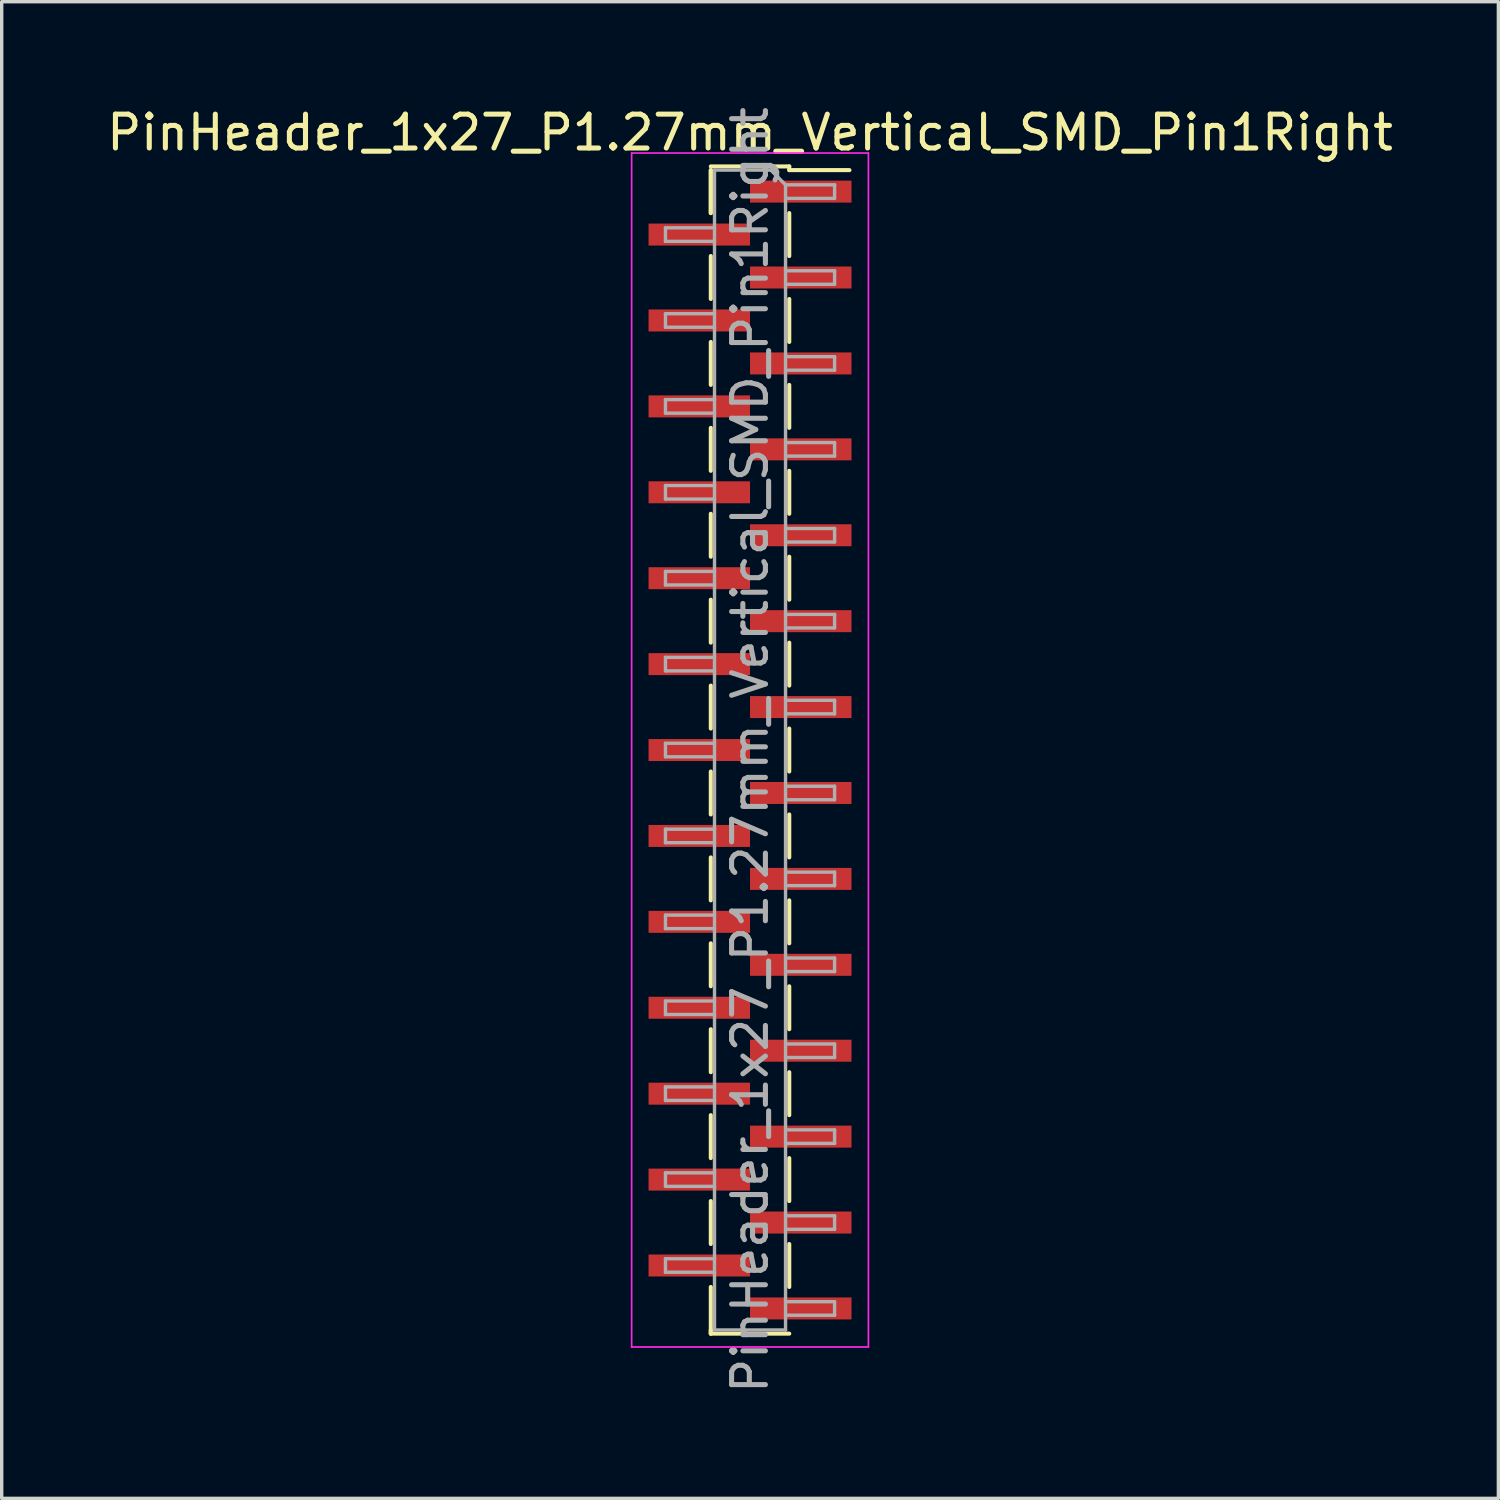
<source format=kicad_pcb>
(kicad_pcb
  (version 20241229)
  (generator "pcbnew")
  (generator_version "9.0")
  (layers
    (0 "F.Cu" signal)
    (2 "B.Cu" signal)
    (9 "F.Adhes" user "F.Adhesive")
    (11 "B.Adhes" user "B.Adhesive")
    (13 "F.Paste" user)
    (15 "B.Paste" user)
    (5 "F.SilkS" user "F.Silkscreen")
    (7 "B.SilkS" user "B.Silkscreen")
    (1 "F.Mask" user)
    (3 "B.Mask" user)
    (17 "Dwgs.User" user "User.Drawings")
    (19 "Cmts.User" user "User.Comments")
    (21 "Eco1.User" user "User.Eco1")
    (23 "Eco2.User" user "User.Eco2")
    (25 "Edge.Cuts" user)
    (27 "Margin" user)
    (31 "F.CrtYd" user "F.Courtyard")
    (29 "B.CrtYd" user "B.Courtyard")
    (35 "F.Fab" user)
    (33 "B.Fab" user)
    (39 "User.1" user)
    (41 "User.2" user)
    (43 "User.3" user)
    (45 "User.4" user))
  (footprint "PinHeader_1x27_P1.27mm_Vertical_SMD_Pin1Right"
    (layer "F.Cu")
    (at 19.125 19.125)
    (property "Reference" "PinHeader_1x27_P1.27mm_Vertical_SMD_Pin1Right" (at 0 -18.255 0) (layer "F.SilkS") (effects (font (size 1 1) (thickness 0.15))))
    (attr smd)
    (fp_line (start -1.16 -17.255) (end 1.16 -17.255) (stroke (width 0.12) (type solid)) (layer "F.SilkS"))
    (fp_line (start -1.16 -17.145) (end -1.16 -15.875) (stroke (width 0.12) (type solid)) (layer "F.SilkS"))
    (fp_line (start -1.16 -17.145) (end -1.16 -15.875) (stroke (width 0.12) (type solid)) (layer "F.SilkS"))
    (fp_line (start -1.16 -14.605) (end -1.16 -13.335) (stroke (width 0.12) (type solid)) (layer "F.SilkS"))
    (fp_line (start -1.16 -12.065) (end -1.16 -10.795) (stroke (width 0.12) (type solid)) (layer "F.SilkS"))
    (fp_line (start -1.16 -9.525) (end -1.16 -8.255) (stroke (width 0.12) (type solid)) (layer "F.SilkS"))
    (fp_line (start -1.16 -6.985) (end -1.16 -5.715) (stroke (width 0.12) (type solid)) (layer "F.SilkS"))
    (fp_line (start -1.16 -4.445) (end -1.16 -3.175) (stroke (width 0.12) (type solid)) (layer "F.SilkS"))
    (fp_line (start -1.16 -1.905) (end -1.16 -0.635) (stroke (width 0.12) (type solid)) (layer "F.SilkS"))
    (fp_line (start -1.16 0.635) (end -1.16 1.905) (stroke (width 0.12) (type solid)) (layer "F.SilkS"))
    (fp_line (start -1.16 3.175) (end -1.16 4.445) (stroke (width 0.12) (type solid)) (layer "F.SilkS"))
    (fp_line (start -1.16 5.715) (end -1.16 6.985) (stroke (width 0.12) (type solid)) (layer "F.SilkS"))
    (fp_line (start -1.16 8.255) (end -1.16 9.525) (stroke (width 0.12) (type solid)) (layer "F.SilkS"))
    (fp_line (start -1.16 10.795) (end -1.16 12.065) (stroke (width 0.12) (type solid)) (layer "F.SilkS"))
    (fp_line (start -1.16 13.335) (end -1.16 14.605) (stroke (width 0.12) (type solid)) (layer "F.SilkS"))
    (fp_line (start -1.16 15.875) (end -1.16 17.255) (stroke (width 0.12) (type solid)) (layer "F.SilkS"))
    (fp_line (start -1.16 17.145) (end -1.16 17.255) (stroke (width 0.12) (type solid)) (layer "F.SilkS"))
    (fp_line (start -1.16 17.255) (end 1.16 17.255) (stroke (width 0.12) (type solid)) (layer "F.SilkS"))
    (fp_line (start 1.16 -17.255) (end 1.16 -17.145) (stroke (width 0.12) (type solid)) (layer "F.SilkS"))
    (fp_line (start 1.16 -17.145) (end 2.94 -17.145) (stroke (width 0.12) (type solid)) (layer "F.SilkS"))
    (fp_line (start 1.16 -15.875) (end 1.16 -14.605) (stroke (width 0.12) (type solid)) (layer "F.SilkS"))
    (fp_line (start 1.16 -13.335) (end 1.16 -12.065) (stroke (width 0.12) (type solid)) (layer "F.SilkS"))
    (fp_line (start 1.16 -10.795) (end 1.16 -9.525) (stroke (width 0.12) (type solid)) (layer "F.SilkS"))
    (fp_line (start 1.16 -8.255) (end 1.16 -6.985) (stroke (width 0.12) (type solid)) (layer "F.SilkS"))
    (fp_line (start 1.16 -5.715) (end 1.16 -4.445) (stroke (width 0.12) (type solid)) (layer "F.SilkS"))
    (fp_line (start 1.16 -3.175) (end 1.16 -1.905) (stroke (width 0.12) (type solid)) (layer "F.SilkS"))
    (fp_line (start 1.16 -0.635) (end 1.16 0.635) (stroke (width 0.12) (type solid)) (layer "F.SilkS"))
    (fp_line (start 1.16 1.905) (end 1.16 3.175) (stroke (width 0.12) (type solid)) (layer "F.SilkS"))
    (fp_line (start 1.16 4.445) (end 1.16 5.715) (stroke (width 0.12) (type solid)) (layer "F.SilkS"))
    (fp_line (start 1.16 6.985) (end 1.16 8.255) (stroke (width 0.12) (type solid)) (layer "F.SilkS"))
    (fp_line (start 1.16 9.525) (end 1.16 10.795) (stroke (width 0.12) (type solid)) (layer "F.SilkS"))
    (fp_line (start 1.16 12.065) (end 1.16 13.335) (stroke (width 0.12) (type solid)) (layer "F.SilkS"))
    (fp_line (start 1.16 14.605) (end 1.16 15.875) (stroke (width 0.12) (type solid)) (layer "F.SilkS"))
    (fp_line (start -3.5 -17.65) (end -3.5 17.65) (stroke (width 0.05) (type solid)) (layer "F.CrtYd"))
    (fp_line (start -3.5 17.65) (end 3.5 17.65) (stroke (width 0.05) (type solid)) (layer "F.CrtYd"))
    (fp_line (start 3.5 -17.65) (end -3.5 -17.65) (stroke (width 0.05) (type solid)) (layer "F.CrtYd"))
    (fp_line (start 3.5 17.65) (end 3.5 -17.65) (stroke (width 0.05) (type solid)) (layer "F.CrtYd"))
    (fp_line (start -2.5 -15.44) (end -2.5 -15.04) (stroke (width 0.1) (type solid)) (layer "F.Fab"))
    (fp_line (start -2.5 -15.04) (end -1.05 -15.04) (stroke (width 0.1) (type solid)) (layer "F.Fab"))
    (fp_line (start -2.5 -12.9) (end -2.5 -12.5) (stroke (width 0.1) (type solid)) (layer "F.Fab"))
    (fp_line (start -2.5 -12.5) (end -1.05 -12.5) (stroke (width 0.1) (type solid)) (layer "F.Fab"))
    (fp_line (start -2.5 -10.36) (end -2.5 -9.96) (stroke (width 0.1) (type solid)) (layer "F.Fab"))
    (fp_line (start -2.5 -9.96) (end -1.05 -9.96) (stroke (width 0.1) (type solid)) (layer "F.Fab"))
    (fp_line (start -2.5 -7.82) (end -2.5 -7.42) (stroke (width 0.1) (type solid)) (layer "F.Fab"))
    (fp_line (start -2.5 -7.42) (end -1.05 -7.42) (stroke (width 0.1) (type solid)) (layer "F.Fab"))
    (fp_line (start -2.5 -5.28) (end -2.5 -4.88) (stroke (width 0.1) (type solid)) (layer "F.Fab"))
    (fp_line (start -2.5 -4.88) (end -1.05 -4.88) (stroke (width 0.1) (type solid)) (layer "F.Fab"))
    (fp_line (start -2.5 -2.74) (end -2.5 -2.34) (stroke (width 0.1) (type solid)) (layer "F.Fab"))
    (fp_line (start -2.5 -2.34) (end -1.05 -2.34) (stroke (width 0.1) (type solid)) (layer "F.Fab"))
    (fp_line (start -2.5 -0.2) (end -2.5 0.2) (stroke (width 0.1) (type solid)) (layer "F.Fab"))
    (fp_line (start -2.5 0.2) (end -1.05 0.2) (stroke (width 0.1) (type solid)) (layer "F.Fab"))
    (fp_line (start -2.5 2.34) (end -2.5 2.74) (stroke (width 0.1) (type solid)) (layer "F.Fab"))
    (fp_line (start -2.5 2.74) (end -1.05 2.74) (stroke (width 0.1) (type solid)) (layer "F.Fab"))
    (fp_line (start -2.5 4.88) (end -2.5 5.28) (stroke (width 0.1) (type solid)) (layer "F.Fab"))
    (fp_line (start -2.5 5.28) (end -1.05 5.28) (stroke (width 0.1) (type solid)) (layer "F.Fab"))
    (fp_line (start -2.5 7.42) (end -2.5 7.82) (stroke (width 0.1) (type solid)) (layer "F.Fab"))
    (fp_line (start -2.5 7.82) (end -1.05 7.82) (stroke (width 0.1) (type solid)) (layer "F.Fab"))
    (fp_line (start -2.5 9.96) (end -2.5 10.36) (stroke (width 0.1) (type solid)) (layer "F.Fab"))
    (fp_line (start -2.5 10.36) (end -1.05 10.36) (stroke (width 0.1) (type solid)) (layer "F.Fab"))
    (fp_line (start -2.5 12.5) (end -2.5 12.9) (stroke (width 0.1) (type solid)) (layer "F.Fab"))
    (fp_line (start -2.5 12.9) (end -1.05 12.9) (stroke (width 0.1) (type solid)) (layer "F.Fab"))
    (fp_line (start -2.5 15.04) (end -2.5 15.44) (stroke (width 0.1) (type solid)) (layer "F.Fab"))
    (fp_line (start -2.5 15.44) (end -1.05 15.44) (stroke (width 0.1) (type solid)) (layer "F.Fab"))
    (fp_line (start -1.05 -17.145) (end -1.05 17.145) (stroke (width 0.1) (type solid)) (layer "F.Fab"))
    (fp_line (start -1.05 -17.145) (end 0.615 -17.145) (stroke (width 0.1) (type solid)) (layer "F.Fab"))
    (fp_line (start -1.05 -15.44) (end -2.5 -15.44) (stroke (width 0.1) (type solid)) (layer "F.Fab"))
    (fp_line (start -1.05 -12.9) (end -2.5 -12.9) (stroke (width 0.1) (type solid)) (layer "F.Fab"))
    (fp_line (start -1.05 -10.36) (end -2.5 -10.36) (stroke (width 0.1) (type solid)) (layer "F.Fab"))
    (fp_line (start -1.05 -7.82) (end -2.5 -7.82) (stroke (width 0.1) (type solid)) (layer "F.Fab"))
    (fp_line (start -1.05 -5.28) (end -2.5 -5.28) (stroke (width 0.1) (type solid)) (layer "F.Fab"))
    (fp_line (start -1.05 -2.74) (end -2.5 -2.74) (stroke (width 0.1) (type solid)) (layer "F.Fab"))
    (fp_line (start -1.05 -0.2) (end -2.5 -0.2) (stroke (width 0.1) (type solid)) (layer "F.Fab"))
    (fp_line (start -1.05 2.34) (end -2.5 2.34) (stroke (width 0.1) (type solid)) (layer "F.Fab"))
    (fp_line (start -1.05 4.88) (end -2.5 4.88) (stroke (width 0.1) (type solid)) (layer "F.Fab"))
    (fp_line (start -1.05 7.42) (end -2.5 7.42) (stroke (width 0.1) (type solid)) (layer "F.Fab"))
    (fp_line (start -1.05 9.96) (end -2.5 9.96) (stroke (width 0.1) (type solid)) (layer "F.Fab"))
    (fp_line (start -1.05 12.5) (end -2.5 12.5) (stroke (width 0.1) (type solid)) (layer "F.Fab"))
    (fp_line (start -1.05 15.04) (end -2.5 15.04) (stroke (width 0.1) (type solid)) (layer "F.Fab"))
    (fp_line (start 1.05 -16.71) (end 0.615 -17.145) (stroke (width 0.1) (type solid)) (layer "F.Fab"))
    (fp_line (start 1.05 -16.71) (end 2.5 -16.71) (stroke (width 0.1) (type solid)) (layer "F.Fab"))
    (fp_line (start 1.05 -14.17) (end 2.5 -14.17) (stroke (width 0.1) (type solid)) (layer "F.Fab"))
    (fp_line (start 1.05 -11.63) (end 2.5 -11.63) (stroke (width 0.1) (type solid)) (layer "F.Fab"))
    (fp_line (start 1.05 -9.09) (end 2.5 -9.09) (stroke (width 0.1) (type solid)) (layer "F.Fab"))
    (fp_line (start 1.05 -6.55) (end 2.5 -6.55) (stroke (width 0.1) (type solid)) (layer "F.Fab"))
    (fp_line (start 1.05 -4.01) (end 2.5 -4.01) (stroke (width 0.1) (type solid)) (layer "F.Fab"))
    (fp_line (start 1.05 -1.47) (end 2.5 -1.47) (stroke (width 0.1) (type solid)) (layer "F.Fab"))
    (fp_line (start 1.05 1.07) (end 2.5 1.07) (stroke (width 0.1) (type solid)) (layer "F.Fab"))
    (fp_line (start 1.05 3.61) (end 2.5 3.61) (stroke (width 0.1) (type solid)) (layer "F.Fab"))
    (fp_line (start 1.05 6.15) (end 2.5 6.15) (stroke (width 0.1) (type solid)) (layer "F.Fab"))
    (fp_line (start 1.05 8.69) (end 2.5 8.69) (stroke (width 0.1) (type solid)) (layer "F.Fab"))
    (fp_line (start 1.05 11.23) (end 2.5 11.23) (stroke (width 0.1) (type solid)) (layer "F.Fab"))
    (fp_line (start 1.05 13.77) (end 2.5 13.77) (stroke (width 0.1) (type solid)) (layer "F.Fab"))
    (fp_line (start 1.05 16.31) (end 2.5 16.31) (stroke (width 0.1) (type solid)) (layer "F.Fab"))
    (fp_line (start 1.05 17.145) (end -1.05 17.145) (stroke (width 0.1) (type solid)) (layer "F.Fab"))
    (fp_line (start 1.05 17.145) (end 1.05 -16.71) (stroke (width 0.1) (type solid)) (layer "F.Fab"))
    (fp_line (start 2.5 -16.71) (end 2.5 -16.31) (stroke (width 0.1) (type solid)) (layer "F.Fab"))
    (fp_line (start 2.5 -16.31) (end 1.05 -16.31) (stroke (width 0.1) (type solid)) (layer "F.Fab"))
    (fp_line (start 2.5 -14.17) (end 2.5 -13.77) (stroke (width 0.1) (type solid)) (layer "F.Fab"))
    (fp_line (start 2.5 -13.77) (end 1.05 -13.77) (stroke (width 0.1) (type solid)) (layer "F.Fab"))
    (fp_line (start 2.5 -11.63) (end 2.5 -11.23) (stroke (width 0.1) (type solid)) (layer "F.Fab"))
    (fp_line (start 2.5 -11.23) (end 1.05 -11.23) (stroke (width 0.1) (type solid)) (layer "F.Fab"))
    (fp_line (start 2.5 -9.09) (end 2.5 -8.69) (stroke (width 0.1) (type solid)) (layer "F.Fab"))
    (fp_line (start 2.5 -8.69) (end 1.05 -8.69) (stroke (width 0.1) (type solid)) (layer "F.Fab"))
    (fp_line (start 2.5 -6.55) (end 2.5 -6.15) (stroke (width 0.1) (type solid)) (layer "F.Fab"))
    (fp_line (start 2.5 -6.15) (end 1.05 -6.15) (stroke (width 0.1) (type solid)) (layer "F.Fab"))
    (fp_line (start 2.5 -4.01) (end 2.5 -3.61) (stroke (width 0.1) (type solid)) (layer "F.Fab"))
    (fp_line (start 2.5 -3.61) (end 1.05 -3.61) (stroke (width 0.1) (type solid)) (layer "F.Fab"))
    (fp_line (start 2.5 -1.47) (end 2.5 -1.07) (stroke (width 0.1) (type solid)) (layer "F.Fab"))
    (fp_line (start 2.5 -1.07) (end 1.05 -1.07) (stroke (width 0.1) (type solid)) (layer "F.Fab"))
    (fp_line (start 2.5 1.07) (end 2.5 1.47) (stroke (width 0.1) (type solid)) (layer "F.Fab"))
    (fp_line (start 2.5 1.47) (end 1.05 1.47) (stroke (width 0.1) (type solid)) (layer "F.Fab"))
    (fp_line (start 2.5 3.61) (end 2.5 4.01) (stroke (width 0.1) (type solid)) (layer "F.Fab"))
    (fp_line (start 2.5 4.01) (end 1.05 4.01) (stroke (width 0.1) (type solid)) (layer "F.Fab"))
    (fp_line (start 2.5 6.15) (end 2.5 6.55) (stroke (width 0.1) (type solid)) (layer "F.Fab"))
    (fp_line (start 2.5 6.55) (end 1.05 6.55) (stroke (width 0.1) (type solid)) (layer "F.Fab"))
    (fp_line (start 2.5 8.69) (end 2.5 9.09) (stroke (width 0.1) (type solid)) (layer "F.Fab"))
    (fp_line (start 2.5 9.09) (end 1.05 9.09) (stroke (width 0.1) (type solid)) (layer "F.Fab"))
    (fp_line (start 2.5 11.23) (end 2.5 11.63) (stroke (width 0.1) (type solid)) (layer "F.Fab"))
    (fp_line (start 2.5 11.63) (end 1.05 11.63) (stroke (width 0.1) (type solid)) (layer "F.Fab"))
    (fp_line (start 2.5 13.77) (end 2.5 14.17) (stroke (width 0.1) (type solid)) (layer "F.Fab"))
    (fp_line (start 2.5 14.17) (end 1.05 14.17) (stroke (width 0.1) (type solid)) (layer "F.Fab"))
    (fp_line (start 2.5 16.31) (end 2.5 16.71) (stroke (width 0.1) (type solid)) (layer "F.Fab"))
    (fp_line (start 2.5 16.71) (end 1.05 16.71) (stroke (width 0.1) (type solid)) (layer "F.Fab"))
    (fp_text user "${REFERENCE}" (at 0 0 90) (layer "F.Fab") (effects (font (size 1 1) (thickness 0.15))))
    (pad "1" smd rect (at 1.5 -16.51) (size 3 0.65) (layers "F.Cu" "F.Mask" "F.Paste"))
    (pad "2" smd rect (at -1.5 -15.24) (size 3 0.65) (layers "F.Cu" "F.Mask" "F.Paste"))
    (pad "3" smd rect (at 1.5 -13.97) (size 3 0.65) (layers "F.Cu" "F.Mask" "F.Paste"))
    (pad "4" smd rect (at -1.5 -12.7) (size 3 0.65) (layers "F.Cu" "F.Mask" "F.Paste"))
    (pad "5" smd rect (at 1.5 -11.43) (size 3 0.65) (layers "F.Cu" "F.Mask" "F.Paste"))
    (pad "6" smd rect (at -1.5 -10.16) (size 3 0.65) (layers "F.Cu" "F.Mask" "F.Paste"))
    (pad "7" smd rect (at 1.5 -8.89) (size 3 0.65) (layers "F.Cu" "F.Mask" "F.Paste"))
    (pad "8" smd rect (at -1.5 -7.62) (size 3 0.65) (layers "F.Cu" "F.Mask" "F.Paste"))
    (pad "9" smd rect (at 1.5 -6.35) (size 3 0.65) (layers "F.Cu" "F.Mask" "F.Paste"))
    (pad "10" smd rect (at -1.5 -5.08) (size 3 0.65) (layers "F.Cu" "F.Mask" "F.Paste"))
    (pad "11" smd rect (at 1.5 -3.81) (size 3 0.65) (layers "F.Cu" "F.Mask" "F.Paste"))
    (pad "12" smd rect (at -1.5 -2.54) (size 3 0.65) (layers "F.Cu" "F.Mask" "F.Paste"))
    (pad "13" smd rect (at 1.5 -1.27) (size 3 0.65) (layers "F.Cu" "F.Mask" "F.Paste"))
    (pad "14" smd rect (at -1.5 0) (size 3 0.65) (layers "F.Cu" "F.Mask" "F.Paste"))
    (pad "15" smd rect (at 1.5 1.27) (size 3 0.65) (layers "F.Cu" "F.Mask" "F.Paste"))
    (pad "16" smd rect (at -1.5 2.54) (size 3 0.65) (layers "F.Cu" "F.Mask" "F.Paste"))
    (pad "17" smd rect (at 1.5 3.81) (size 3 0.65) (layers "F.Cu" "F.Mask" "F.Paste"))
    (pad "18" smd rect (at -1.5 5.08) (size 3 0.65) (layers "F.Cu" "F.Mask" "F.Paste"))
    (pad "19" smd rect (at 1.5 6.35) (size 3 0.65) (layers "F.Cu" "F.Mask" "F.Paste"))
    (pad "20" smd rect (at -1.5 7.62) (size 3 0.65) (layers "F.Cu" "F.Mask" "F.Paste"))
    (pad "21" smd rect (at 1.5 8.89) (size 3 0.65) (layers "F.Cu" "F.Mask" "F.Paste"))
    (pad "22" smd rect (at -1.5 10.16) (size 3 0.65) (layers "F.Cu" "F.Mask" "F.Paste"))
    (pad "23" smd rect (at 1.5 11.43) (size 3 0.65) (layers "F.Cu" "F.Mask" "F.Paste"))
    (pad "24" smd rect (at -1.5 12.7) (size 3 0.65) (layers "F.Cu" "F.Mask" "F.Paste"))
    (pad "25" smd rect (at 1.5 13.97) (size 3 0.65) (layers "F.Cu" "F.Mask" "F.Paste"))
    (pad "26" smd rect (at -1.5 15.24) (size 3 0.65) (layers "F.Cu" "F.Mask" "F.Paste"))
    (pad "27" smd rect (at 1.5 16.51) (size 3 0.65) (layers "F.Cu" "F.Mask" "F.Paste")))
  (gr_rect
    (start -3 -3)
    (end 41.25 41.25)
    (stroke (width 0.1) (type default))
    (fill no)
    (layer "Edge.Cuts")))
</source>
